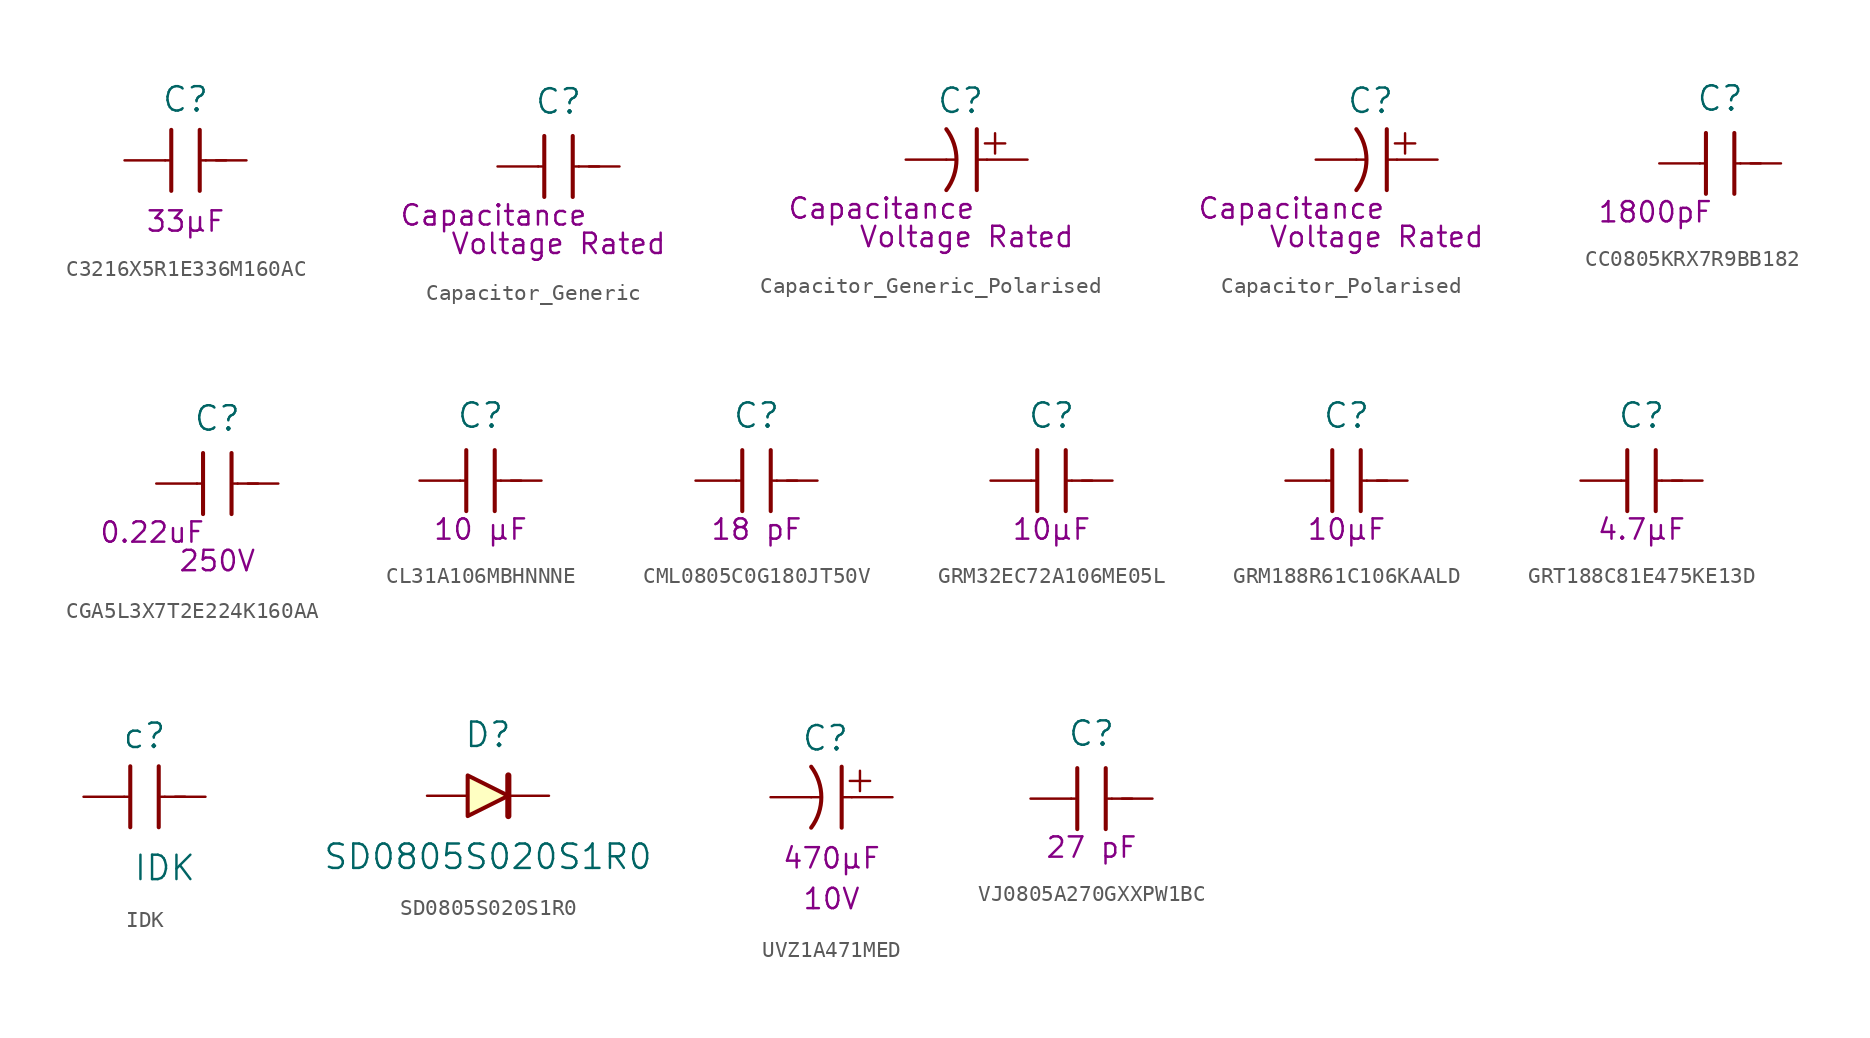
<source format=kicad_sym>
(kicad_symbol_lib
  (version 20220914)
  (generator kicad_symbol_editor)
  (symbol "C3216X5R1E336M160AC"
    (pin_numbers hide)
    (pin_names
      (offset 0) hide)
    (property "Reference" "C"
      (at -1.27 3.81 0)
      (effects (font (size 1.524 1.524))))
    (property "Capacitance (Farad)" "33µF"
      (at -1.27 -3.81 0)
      (effects (font (size 1.27 1.27))))
    (symbol "C3216X5R1E336M160AC_0_1"
      (polyline (pts (xy -2.54 0) (xy -2.286 0)) (stroke (width 0) (type default)) (fill (type none)))
      (polyline (pts (xy -2.159 1.905) (xy -2.159 -1.905)) (stroke (width 0.254) (type default)) (fill (type none)))
      (polyline (pts (xy -0.381 1.905) (xy -0.381 -1.905)) (stroke (width 0.254) (type default)) (fill (type none)))
      (polyline (pts (xy 0 0) (xy -0.254 0)) (stroke (width 0) (type default)) (fill (type none)))
      (polyline (pts (xy 0.635 0) (xy 1.27 0)) (stroke (width 0) (type default)) (fill (type none))))
    (symbol "C3216X5R1E336M160AC_1_1"
      (pin passive line (at -5.08 0 0) (length 2.54) (name "1" (effects (font (size 1.27 1.27)))) (number "1" (effects (font (size 1.27 1.27)))))
      (pin passive line (at 2.54 0 180) (length 2.54) (name "2" (effects (font (size 1.27 1.27)))) (number "2" (effects (font (size 1.27 1.27)))))))
  (symbol "Capacitor_Generic"
    (pin_numbers hide)
    (pin_names
      (offset 0) hide)
    (property "Reference" "C"
      (at -1.27 4.064 0)
      (effects (font (size 1.524 1.524))))
    (property "Capacitance (Farad)" "Capacitance"
      (at -5.334 -3.048 0)
      (effects (font (size 1.27 1.27))))
    (property "Voltage Rated (Volt)" "Voltage Rated"
      (at -1.27 -4.826 0)
      (effects (font (size 1.27 1.27))))
    (symbol "Capacitor_Generic_0_1"
      (polyline (pts (xy -2.54 0) (xy -2.286 0)) (stroke (width 0) (type default)) (fill (type none)))
      (polyline (pts (xy -2.159 1.905) (xy -2.159 -1.905)) (stroke (width 0.254) (type default)) (fill (type none)))
      (polyline (pts (xy -0.381 1.905) (xy -0.381 -1.905)) (stroke (width 0.254) (type default)) (fill (type none)))
      (polyline (pts (xy 0 0) (xy -0.254 0)) (stroke (width 0) (type default)) (fill (type none)))
      (polyline (pts (xy 0.635 0) (xy 1.27 0)) (stroke (width 0) (type default)) (fill (type none))))
    (symbol "Capacitor_Generic_1_1"
      (pin passive line (at -5.08 0 0) (length 2.54) (name "1" (effects (font (size 1.27 1.27)))) (number "1" (effects (font (size 1.27 1.27)))))
      (pin passive line (at 2.54 0 180) (length 2.54) (name "2" (effects (font (size 1.27 1.27)))) (number "2" (effects (font (size 1.27 1.27)))))))
  (symbol "Capacitor_Generic_Polarised"
    (pin_numbers hide)
    (pin_names
      (offset 0) hide)
    (property "Reference" "C"
      (at 0.889 3.683 0)
      (effects (font (size 1.524 1.524))))
    (property "Capacitance (Farad)" "Capacitance"
      (at -4.064 -3.048 0)
      (effects (font (size 1.27 1.27))))
    (property "Voltage Rated (Volt)" "Voltage Rated"
      (at 1.27 -4.826 0)
      (effects (font (size 1.27 1.27))))
    (symbol "Capacitor_Generic_Polarised_0_1"
      (arc (start 0 -1.905) (mid 0.635 0) (end 0 1.905) (stroke (width 0.254) (type default)) (fill (type none)))
      (polyline (pts (xy 0 0) (xy 0.635 0)) (stroke (width 0) (type default)) (fill (type none)))
      (polyline (pts (xy 1.905 1.905) (xy 1.905 -1.905)) (stroke (width 0.254) (type default)) (fill (type none)))
      (polyline (pts (xy 2.413 1.016) (xy 3.683 1.016)) (stroke (width 0) (type default)) (fill (type none)))
      (polyline (pts (xy 2.54 0) (xy 1.905 0)) (stroke (width 0) (type default)) (fill (type none)))
      (polyline (pts (xy 3.048 0.381) (xy 3.048 1.651)) (stroke (width 0) (type default)) (fill (type none))))
    (symbol "Capacitor_Generic_Polarised_1_1"
      (pin passive line (at 5.08 0 180) (length 2.54) (name "Positif" (effects (font (size 1.27 1.27)))) (number "1" (effects (font (size 1.27 1.27)))))
      (pin passive line (at -2.54 0 0) (length 2.54) (name "Negatif" (effects (font (size 1.27 1.27)))) (number "2" (effects (font (size 1.27 1.27)))))))
  (symbol "Capacitor_Polarised"
    (pin_numbers hide)
    (pin_names
      (offset 0) hide)
    (property "Reference" "C"
      (at 0.889 3.683 0)
      (effects (font (size 1.524 1.524))))
    (property "Capacitance (Farad)" "Capacitance"
      (at -4.064 -3.048 0)
      (effects (font (size 1.27 1.27))))
    (property "Voltage Rated (Volt)" "Voltage Rated"
      (at 1.27 -4.826 0)
      (effects (font (size 1.27 1.27))))
    (symbol "Capacitor_Polarised_0_1"
      (arc (start 0 -1.905) (mid 0.635 0) (end 0 1.905) (stroke (width 0.254) (type default)) (fill (type none)))
      (polyline (pts (xy 0 0) (xy 0.635 0)) (stroke (width 0) (type default)) (fill (type none)))
      (polyline (pts (xy 1.905 1.905) (xy 1.905 -1.905)) (stroke (width 0.254) (type default)) (fill (type none)))
      (polyline (pts (xy 2.413 1.016) (xy 3.683 1.016)) (stroke (width 0) (type default)) (fill (type none)))
      (polyline (pts (xy 2.54 0) (xy 1.905 0)) (stroke (width 0) (type default)) (fill (type none)))
      (polyline (pts (xy 3.048 0.381) (xy 3.048 1.651)) (stroke (width 0) (type default)) (fill (type none))))
    (symbol "Capacitor_Polarised_1_1"
      (pin passive line (at 5.08 0 180) (length 2.54) (name "Positif" (effects (font (size 1.27 1.27)))) (number "1" (effects (font (size 1.27 1.27)))))
      (pin passive line (at -2.54 0 0) (length 2.54) (name "Negatif" (effects (font (size 1.27 1.27)))) (number "2" (effects (font (size 1.27 1.27)))))))
  (symbol "CC0805KRX7R9BB182"
    (pin_numbers hide)
    (pin_names
      (offset 0) hide)
    (property "Reference" "C"
      (at -1.27 4.064 0)
      (effects (font (size 1.524 1.524))))
    (property "Capacitance (Farad)" "1800pF"
      (at -5.334 -3.048 0)
      (effects (font (size 1.27 1.27))))
    (symbol "CC0805KRX7R9BB182_0_1"
      (polyline (pts (xy -2.54 0) (xy -2.286 0)) (stroke (width 0) (type default)) (fill (type none)))
      (polyline (pts (xy -2.159 1.905) (xy -2.159 -1.905)) (stroke (width 0.254) (type default)) (fill (type none)))
      (polyline (pts (xy -0.381 1.905) (xy -0.381 -1.905)) (stroke (width 0.254) (type default)) (fill (type none)))
      (polyline (pts (xy 0 0) (xy -0.254 0)) (stroke (width 0) (type default)) (fill (type none)))
      (polyline (pts (xy 0.635 0) (xy 1.27 0)) (stroke (width 0) (type default)) (fill (type none))))
    (symbol "CC0805KRX7R9BB182_1_1"
      (pin passive line (at -5.08 0 0) (length 2.54) (name "1" (effects (font (size 1.27 1.27)))) (number "1" (effects (font (size 1.27 1.27)))))
      (pin passive line (at 2.54 0 180) (length 2.54) (name "2" (effects (font (size 1.27 1.27)))) (number "2" (effects (font (size 1.27 1.27)))))))
  (symbol "CGA5L3X7T2E224K160AA"
    (pin_numbers hide)
    (pin_names
      (offset 0) hide)
    (property "Reference" "C"
      (at -1.27 4.064 0)
      (effects (font (size 1.524 1.524))))
    (property "Capacitance (Farad)" "0.22uF"
      (at -5.334 -3.048 0)
      (effects (font (size 1.27 1.27))))
    (property "Voltage Rated (Volt)" "250V"
      (at -1.27 -4.826 0)
      (effects (font (size 1.27 1.27))))
    (symbol "CGA5L3X7T2E224K160AA_0_1"
      (polyline (pts (xy -2.54 0) (xy -2.286 0)) (stroke (width 0) (type default)) (fill (type none)))
      (polyline (pts (xy -2.159 1.905) (xy -2.159 -1.905)) (stroke (width 0.254) (type default)) (fill (type none)))
      (polyline (pts (xy -0.381 1.905) (xy -0.381 -1.905)) (stroke (width 0.254) (type default)) (fill (type none)))
      (polyline (pts (xy 0 0) (xy -0.254 0)) (stroke (width 0) (type default)) (fill (type none)))
      (polyline (pts (xy 0.635 0) (xy 1.27 0)) (stroke (width 0) (type default)) (fill (type none))))
    (symbol "CGA5L3X7T2E224K160AA_1_1"
      (pin passive line (at -5.08 0 0) (length 2.54) (name "1" (effects (font (size 1.27 1.27)))) (number "1" (effects (font (size 1.27 1.27)))))
      (pin passive line (at 2.54 0 180) (length 2.54) (name "2" (effects (font (size 1.27 1.27)))) (number "2" (effects (font (size 1.27 1.27)))))))
  (symbol "CL31A106MBHNNNE"
    (pin_numbers hide)
    (pin_names
      (offset 0) hide)
    (property "Reference" "C"
      (at -1.27 4.064 0)
      (effects (font (size 1.524 1.524))))
    (property "Capacitance (Farad)" "10 µF"
      (at -1.27 -3.048 0)
      (effects (font (size 1.27 1.27))))
    (symbol "CL31A106MBHNNNE_0_1"
      (polyline (pts (xy -2.54 0) (xy -2.286 0)) (stroke (width 0) (type default)) (fill (type none)))
      (polyline (pts (xy -2.159 1.905) (xy -2.159 -1.905)) (stroke (width 0.254) (type default)) (fill (type none)))
      (polyline (pts (xy -0.381 1.905) (xy -0.381 -1.905)) (stroke (width 0.254) (type default)) (fill (type none)))
      (polyline (pts (xy 0 0) (xy -0.254 0)) (stroke (width 0) (type default)) (fill (type none)))
      (polyline (pts (xy 0.635 0) (xy 1.27 0)) (stroke (width 0) (type default)) (fill (type none))))
    (symbol "CL31A106MBHNNNE_1_1"
      (pin passive line (at -5.08 0 0) (length 2.54) (name "1" (effects (font (size 1.27 1.27)))) (number "1" (effects (font (size 1.27 1.27)))))
      (pin passive line (at 2.54 0 180) (length 2.54) (name "2" (effects (font (size 1.27 1.27)))) (number "2" (effects (font (size 1.27 1.27)))))))
  (symbol "CML0805C0G180JT50V"
    (pin_numbers hide)
    (pin_names
      (offset 0) hide)
    (property "Reference" "C"
      (at -1.27 4.064 0)
      (effects (font (size 1.524 1.524))))
    (property "Capacitance (Farad)" "18 pF"
      (at -1.27 -3.048 0)
      (effects (font (size 1.27 1.27))))
    (symbol "CML0805C0G180JT50V_0_1"
      (polyline (pts (xy -2.54 0) (xy -2.286 0)) (stroke (width 0) (type default)) (fill (type none)))
      (polyline (pts (xy -2.159 1.905) (xy -2.159 -1.905)) (stroke (width 0.254) (type default)) (fill (type none)))
      (polyline (pts (xy -0.381 1.905) (xy -0.381 -1.905)) (stroke (width 0.254) (type default)) (fill (type none)))
      (polyline (pts (xy 0 0) (xy -0.254 0)) (stroke (width 0) (type default)) (fill (type none)))
      (polyline (pts (xy 0.635 0) (xy 1.27 0)) (stroke (width 0) (type default)) (fill (type none))))
    (symbol "CML0805C0G180JT50V_1_1"
      (pin passive line (at -5.08 0 0) (length 2.54) (name "1" (effects (font (size 1.27 1.27)))) (number "1" (effects (font (size 1.27 1.27)))))
      (pin passive line (at 2.54 0 180) (length 2.54) (name "2" (effects (font (size 1.27 1.27)))) (number "2" (effects (font (size 1.27 1.27)))))))
  (symbol "GRM32EC72A106ME05L"
    (pin_numbers hide)
    (pin_names
      (offset 0) hide)
    (property "Reference" "C"
      (at -1.27 4.064 0)
      (effects (font (size 1.524 1.524))))
    (property "Capacitance (Farad)" "10µF"
      (at -1.27 -3.048 0)
      (effects (font (size 1.27 1.27))))
    (symbol "GRM32EC72A106ME05L_0_1"
      (polyline (pts (xy -2.54 0) (xy -2.286 0)) (stroke (width 0) (type default)) (fill (type none)))
      (polyline (pts (xy -2.159 1.905) (xy -2.159 -1.905)) (stroke (width 0.254) (type default)) (fill (type none)))
      (polyline (pts (xy -0.381 1.905) (xy -0.381 -1.905)) (stroke (width 0.254) (type default)) (fill (type none)))
      (polyline (pts (xy 0 0) (xy -0.254 0)) (stroke (width 0) (type default)) (fill (type none)))
      (polyline (pts (xy 0.635 0) (xy 1.27 0)) (stroke (width 0) (type default)) (fill (type none))))
    (symbol "GRM32EC72A106ME05L_1_1"
      (pin passive line (at -5.08 0 0) (length 2.54) (name "1" (effects (font (size 1.27 1.27)))) (number "1" (effects (font (size 1.27 1.27)))))
      (pin passive line (at 2.54 0 180) (length 2.54) (name "2" (effects (font (size 1.27 1.27)))) (number "2" (effects (font (size 1.27 1.27)))))))
  (symbol "GRM188R61C106KAALD"
    (pin_numbers hide)
    (pin_names
      (offset 0) hide)
    (property "Reference" "C"
      (at -1.27 4.064 0)
      (effects (font (size 1.524 1.524))))
    (property "Capacitance (Farad)" "10µF"
      (at -1.27 -3.048 0)
      (effects (font (size 1.27 1.27))))
    (symbol "GRM188R61C106KAALD_0_1"
      (polyline (pts (xy -2.54 0) (xy -2.286 0)) (stroke (width 0) (type default)) (fill (type none)))
      (polyline (pts (xy -2.159 1.905) (xy -2.159 -1.905)) (stroke (width 0.254) (type default)) (fill (type none)))
      (polyline (pts (xy -0.381 1.905) (xy -0.381 -1.905)) (stroke (width 0.254) (type default)) (fill (type none)))
      (polyline (pts (xy 0 0) (xy -0.254 0)) (stroke (width 0) (type default)) (fill (type none)))
      (polyline (pts (xy 0.635 0) (xy 1.27 0)) (stroke (width 0) (type default)) (fill (type none))))
    (symbol "GRM188R61C106KAALD_1_1"
      (pin passive line (at -5.08 0 0) (length 2.54) (name "1" (effects (font (size 1.27 1.27)))) (number "1" (effects (font (size 1.27 1.27)))))
      (pin passive line (at 2.54 0 180) (length 2.54) (name "2" (effects (font (size 1.27 1.27)))) (number "2" (effects (font (size 1.27 1.27)))))))
  (symbol "GRT188C81E475KE13D"
    (pin_numbers hide)
    (pin_names
      (offset 0) hide)
    (property "Reference" "C"
      (at -1.27 4.064 0)
      (effects (font (size 1.524 1.524))))
    (property "Capacitance (Farad)" "4.7µF"
      (at -1.27 -3.048 0)
      (effects (font (size 1.27 1.27))))
    (symbol "GRT188C81E475KE13D_0_1"
      (polyline (pts (xy -2.54 0) (xy -2.286 0)) (stroke (width 0) (type default)) (fill (type none)))
      (polyline (pts (xy -2.159 1.905) (xy -2.159 -1.905)) (stroke (width 0.254) (type default)) (fill (type none)))
      (polyline (pts (xy -0.381 1.905) (xy -0.381 -1.905)) (stroke (width 0.254) (type default)) (fill (type none)))
      (polyline (pts (xy 0 0) (xy -0.254 0)) (stroke (width 0) (type default)) (fill (type none)))
      (polyline (pts (xy 0.635 0) (xy 1.27 0)) (stroke (width 0) (type default)) (fill (type none))))
    (symbol "GRT188C81E475KE13D_1_1"
      (pin passive line (at -5.08 0 0) (length 2.54) (name "1" (effects (font (size 1.27 1.27)))) (number "1" (effects (font (size 1.27 1.27)))))
      (pin passive line (at 2.54 0 180) (length 2.54) (name "2" (effects (font (size 1.27 1.27)))) (number "2" (effects (font (size 1.27 1.27)))))))
  (symbol "IDK"
    (pin_numbers hide)
    (pin_names
      (offset 1.016) hide)
    (property "Reference" "c"
      (at 0 0 0)
      (effects (font (size 1.524 1.524))))
    (property "Value" "IDK"
      (at 1.27 -8.255 0)
      (effects (font (size 1.524 1.524))))
    (symbol "IDK_1_1"
      (polyline (pts (xy -1.27 -3.81) (xy -1.016 -3.81)) (stroke (width 0) (type default)) (fill (type none)))
      (polyline (pts (xy -0.889 -1.905) (xy -0.889 -5.715)) (stroke (width 0.254) (type default)) (fill (type none)))
      (polyline (pts (xy 0.889 -1.905) (xy 0.889 -5.715)) (stroke (width 0.254) (type default)) (fill (type none)))
      (polyline (pts (xy 1.27 -3.81) (xy 1.016 -3.81)) (stroke (width 0) (type default)) (fill (type none)))
      (polyline (pts (xy 1.905 -3.81) (xy 2.54 -3.81)) (stroke (width 0) (type default)) (fill (type none)))
      (pin passive line (at -3.81 -3.81 0) (length 2.54) (name "1" (effects (font (size 1.27 1.27)))) (number "1" (effects (font (size 1.27 1.27)))))
      (pin passive line (at 3.81 -3.81 180) (length 2.54) (name "2" (effects (font (size 1.27 1.27)))) (number "2" (effects (font (size 1.27 1.27)))))))
  (symbol "SD0805S020S1R0"
    (pin_numbers hide)
    (pin_names
      (offset 0) hide)
    (property "Reference" "D"
      (at -1.27 3.81 0)
      (effects (font (size 1.524 1.524))))
    (property "Value" "SD0805S020S1R0"
      (at -1.27 -3.81 0)
      (effects (font (size 1.524 1.524))))
    (symbol "SD0805S020S1R0_0_1"
      (polyline (pts (xy 0 -1.27) (xy 0 1.27)) (stroke (width 0.381) (type default)) (fill (type none)))
      (polyline (pts (xy -2.54 1.27) (xy -2.54 -1.27) (xy 0 0) (xy -2.54 1.27)) (stroke (width 0.254) (type default)) (fill (type background))))
    (symbol "SD0805S020S1R0_1_1"
      (pin input line (at 2.54 0 180) (length 2.54) (name "Cathode" (effects (font (size 1.27 1.27)))) (number "1" (effects (font (size 1.27 1.27)))))
      (pin input line (at -5.08 0 0) (length 2.54) (name "Anode" (effects (font (size 1.27 1.27)))) (number "2" (effects (font (size 1.27 1.27)))))))
  (symbol "UVZ1A471MED"
    (pin_numbers hide)
    (pin_names
      (offset 0) hide)
    (property "Reference" "C"
      (at 0.889 3.683 0)
      (effects (font (size 1.524 1.524))))
    (property "Capacitance (Farad)" "470µF"
      (at 1.27 -3.81 0)
      (effects (font (size 1.27 1.27))))
    (property "Voltage Rated (Volt)" "10V"
      (at 1.27 -6.35 0)
      (effects (font (size 1.27 1.27))))
    (symbol "UVZ1A471MED_0_1"
      (arc (start 0 -1.905) (mid 0.635 0) (end 0 1.905) (stroke (width 0.254) (type default)) (fill (type none)))
      (polyline (pts (xy 0 0) (xy 0.635 0)) (stroke (width 0) (type default)) (fill (type none)))
      (polyline (pts (xy 1.905 1.905) (xy 1.905 -1.905)) (stroke (width 0.254) (type default)) (fill (type none)))
      (polyline (pts (xy 2.413 1.016) (xy 3.683 1.016)) (stroke (width 0) (type default)) (fill (type none)))
      (polyline (pts (xy 2.54 0) (xy 1.905 0)) (stroke (width 0) (type default)) (fill (type none)))
      (polyline (pts (xy 3.048 0.381) (xy 3.048 1.651)) (stroke (width 0) (type default)) (fill (type none))))
    (symbol "UVZ1A471MED_1_1"
      (pin passive line (at 5.08 0 180) (length 2.54) (name "Positif" (effects (font (size 1.27 1.27)))) (number "1" (effects (font (size 1.27 1.27)))))
      (pin passive line (at -2.54 0 0) (length 2.54) (name "Negatif" (effects (font (size 1.27 1.27)))) (number "2" (effects (font (size 1.27 1.27)))))))
  (symbol "VJ0805A270GXXPW1BC"
    (pin_numbers hide)
    (pin_names
      (offset 0) hide)
    (property "Reference" "C"
      (at -1.27 4.064 0)
      (effects (font (size 1.524 1.524))))
    (property "Capacitance (Farad)" "27 pF"
      (at -1.27 -3.048 0)
      (effects (font (size 1.27 1.27))))
    (symbol "VJ0805A270GXXPW1BC_0_1"
      (polyline (pts (xy -2.54 0) (xy -2.286 0)) (stroke (width 0) (type default)) (fill (type none)))
      (polyline (pts (xy -2.159 1.905) (xy -2.159 -1.905)) (stroke (width 0.254) (type default)) (fill (type none)))
      (polyline (pts (xy -0.381 1.905) (xy -0.381 -1.905)) (stroke (width 0.254) (type default)) (fill (type none)))
      (polyline (pts (xy 0 0) (xy -0.254 0)) (stroke (width 0) (type default)) (fill (type none)))
      (polyline (pts (xy 0.635 0) (xy 1.27 0)) (stroke (width 0) (type default)) (fill (type none))))
    (symbol "VJ0805A270GXXPW1BC_1_1"
      (pin passive line (at -5.08 0 0) (length 2.54) (name "1" (effects (font (size 1.27 1.27)))) (number "1" (effects (font (size 1.27 1.27)))))
      (pin passive line (at 2.54 0 180) (length 2.54) (name "2" (effects (font (size 1.27 1.27)))) (number "2" (effects (font (size 1.27 1.27))))))))
</source>
